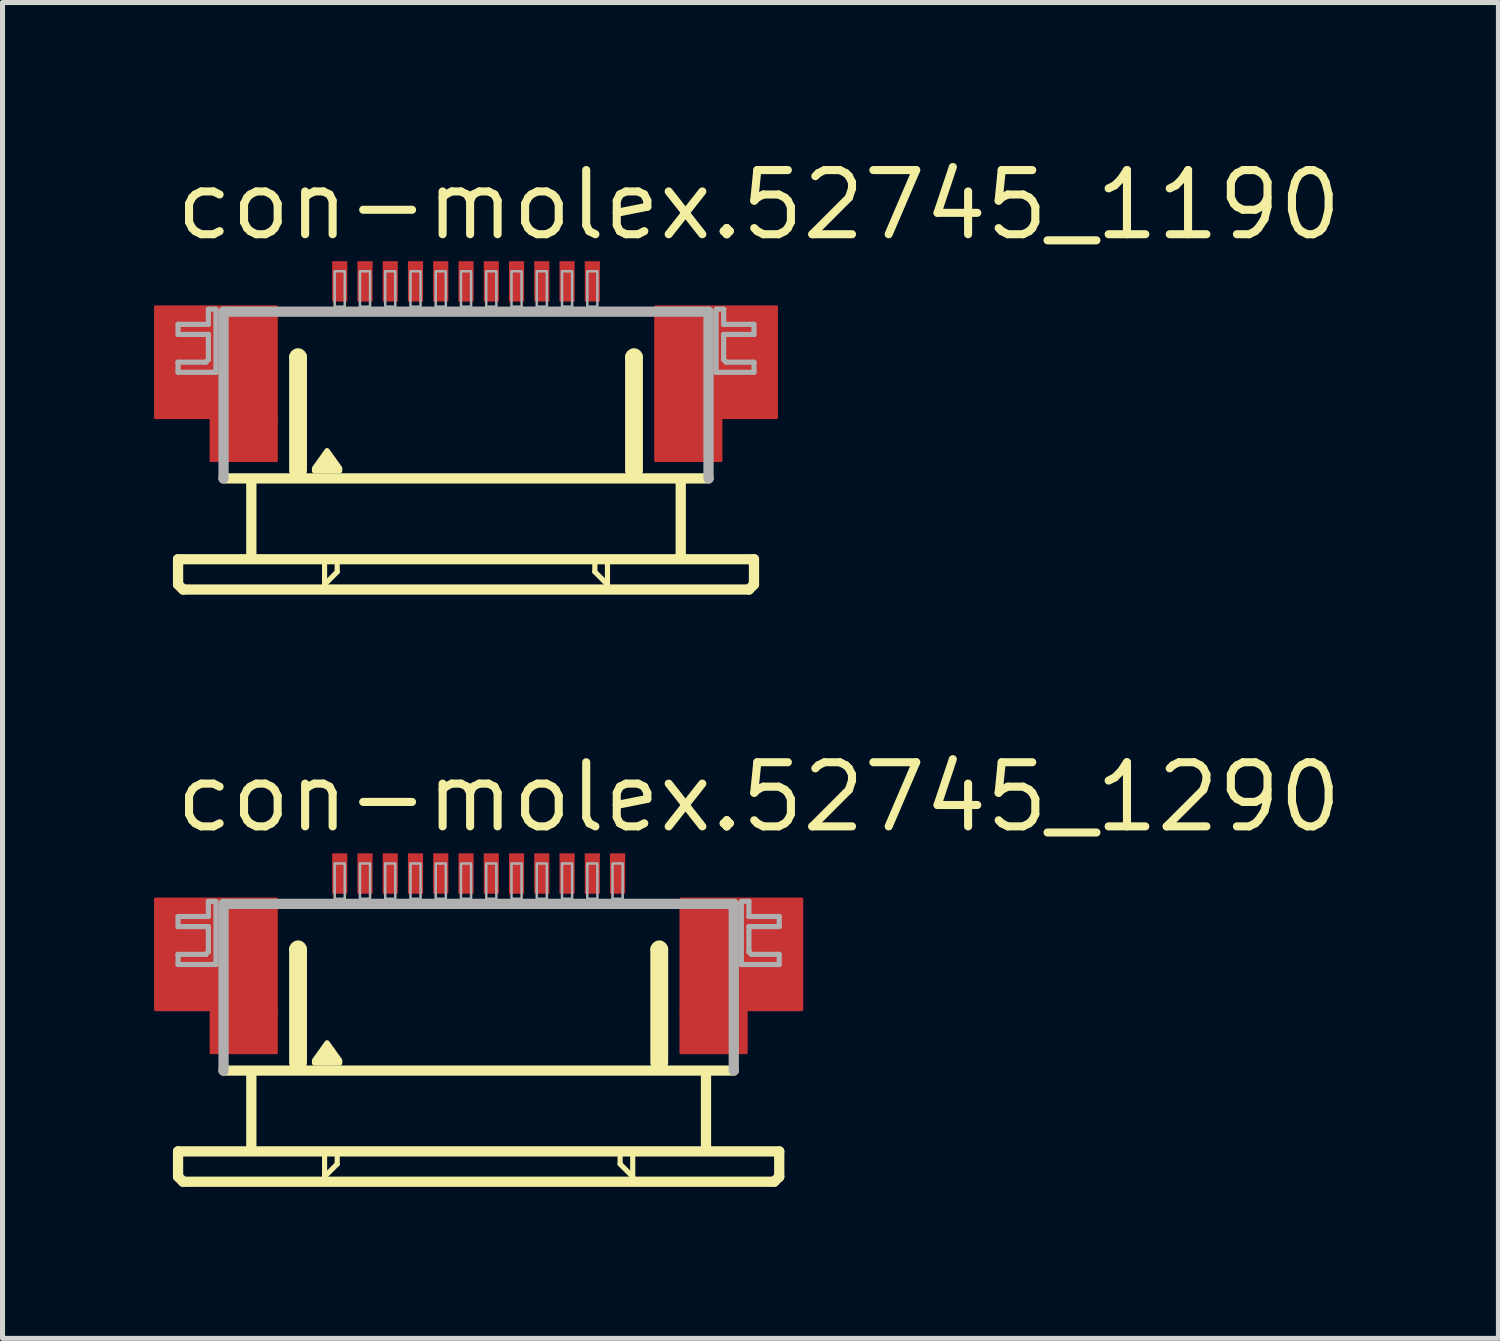
<source format=kicad_pcb>
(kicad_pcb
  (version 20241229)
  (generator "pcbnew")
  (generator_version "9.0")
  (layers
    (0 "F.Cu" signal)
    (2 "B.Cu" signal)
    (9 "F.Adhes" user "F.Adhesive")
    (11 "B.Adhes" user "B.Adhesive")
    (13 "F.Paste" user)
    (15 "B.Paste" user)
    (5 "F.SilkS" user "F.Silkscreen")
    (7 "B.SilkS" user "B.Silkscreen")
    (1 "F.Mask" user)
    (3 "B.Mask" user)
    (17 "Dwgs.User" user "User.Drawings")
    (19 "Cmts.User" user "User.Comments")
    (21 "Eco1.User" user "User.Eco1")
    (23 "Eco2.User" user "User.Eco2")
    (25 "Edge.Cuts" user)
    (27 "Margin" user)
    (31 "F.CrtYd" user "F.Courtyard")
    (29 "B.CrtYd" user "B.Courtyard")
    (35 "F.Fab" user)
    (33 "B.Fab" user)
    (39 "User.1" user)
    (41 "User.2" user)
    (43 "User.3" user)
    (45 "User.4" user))
  (footprint "con-molex.52745_1290"
    (layer "F.Cu")
    (at 6.425 16.742)
    (property "Reference" "con-molex.52745_1290" (at -6.08 -3.27 0) (layer "F.SilkS") (effects (font (size 1.27 1.27) (thickness 0.16)) (justify left bottom)))
    (attr smd)
    (fp_rect (start -6.4 0.2) (end -4 -2) (stroke (width 0.05) (type default)) (fill yes) (layer "F.Cu"))
    (fp_rect (start -5.3 1.05) (end -4 0.2) (stroke (width 0.05) (type default)) (fill yes) (layer "F.Cu"))
    (fp_rect (start 4 0.2) (end 6.4 -2) (stroke (width 0.05) (type default)) (fill yes) (layer "F.Cu"))
    (fp_rect (start 4 1.05) (end 5.3 0.2) (stroke (width 0.05) (type default)) (fill yes) (layer "F.Cu"))
    (fp_rect (start -6.4 0.2) (end -5.25 -2) (stroke (width 0.05) (type default)) (fill yes) (layer "F.Mask"))
    (fp_rect (start -5.3 1.05) (end -4 -2) (stroke (width 0.05) (type default)) (fill yes) (layer "F.Mask"))
    (fp_rect (start 4 1.05) (end 5.3 -2) (stroke (width 0.05) (type default)) (fill yes) (layer "F.Mask"))
    (fp_rect (start 5.25 0.2) (end 6.4 -2) (stroke (width 0.05) (type default)) (fill yes) (layer "F.Mask"))
    (fp_line (start -5.95 3) (end -5.95 3.5) (stroke (width 0.203) (type default)) (layer "F.SilkS"))
    (fp_line (start -5.95 3.5) (end -5.85 3.6) (stroke (width 0.203) (type default)) (layer "F.SilkS"))
    (fp_line (start -5.85 3.6) (end 5.85 3.6) (stroke (width 0.203) (type default)) (layer "F.SilkS"))
    (fp_line (start -4.5 1.5) (end -4.5 2.9) (stroke (width 0.203) (type default)) (layer "F.SilkS"))
    (fp_line (start -3.65 1.25) (end -3.65 -1) (stroke (width 0.203) (type default)) (layer "F.SilkS"))
    (fp_line (start -3.5 -1) (end -3.5 1.25) (stroke (width 0.203) (type default)) (layer "F.SilkS"))
    (fp_line (start -3.05 3.1) (end -3.05 3.5) (stroke (width 0.102) (type default)) (layer "F.SilkS"))
    (fp_line (start -3.05 3.5) (end -2.8 3.25) (stroke (width 0.102) (type default)) (layer "F.SilkS"))
    (fp_line (start -2.8 3.25) (end -2.8 3.1) (stroke (width 0.102) (type default)) (layer "F.SilkS"))
    (fp_line (start 2.8 3.1) (end 2.8 3.25) (stroke (width 0.102) (type default)) (layer "F.SilkS"))
    (fp_line (start 2.8 3.25) (end 3.05 3.5) (stroke (width 0.102) (type default)) (layer "F.SilkS"))
    (fp_line (start 3.05 3.5) (end 3.05 3.1) (stroke (width 0.102) (type default)) (layer "F.SilkS"))
    (fp_line (start 3.5 1.25) (end 3.5 -1) (stroke (width 0.203) (type default)) (layer "F.SilkS"))
    (fp_line (start 3.65 -1) (end 3.65 1.25) (stroke (width 0.203) (type default)) (layer "F.SilkS"))
    (fp_line (start 4.5 1.5) (end 4.5 2.9) (stroke (width 0.203) (type default)) (layer "F.SilkS"))
    (fp_line (start 5.05 1.4) (end -5.05 1.4) (stroke (width 0.203) (type default)) (layer "F.SilkS"))
    (fp_line (start 5.85 3.6) (end 5.95 3.5) (stroke (width 0.203) (type default)) (layer "F.SilkS"))
    (fp_line (start 5.95 3) (end -5.95 3) (stroke (width 0.203) (type default)) (layer "F.SilkS"))
    (fp_line (start 5.95 3.5) (end 5.95 3) (stroke (width 0.203) (type default)) (layer "F.SilkS"))
    (fp_arc (start -3.65 -1) (mid -3.575 -1.075) (end -3.5 -1) (stroke (width 0.2032) (type default)) (layer "F.SilkS"))
    (fp_arc (start 3.5 -1) (mid 3.575 -1.075) (end 3.65 -1) (stroke (width 0.2032) (type default)) (layer "F.SilkS"))
    (fp_poly (pts (xy -3.25 1.25) (xy -3.25 1.2) (xy -3 0.85) (xy -2.75 1.2) (xy -2.75 1.25)) (stroke (width 0.102) (type default)) (fill yes) (layer "F.SilkS"))
    (fp_rect (start -6.2 0.05) (end -4.2 -1.85) (stroke (width 0.05) (type default)) (fill yes) (layer "F.Paste"))
    (fp_rect (start 4.2 0.05) (end 6.2 -1.85) (stroke (width 0.05) (type default)) (fill yes) (layer "F.Paste"))
    (fp_line (start -5.95 -1.65) (end -5.95 -1.45) (stroke (width 0.102) (type default)) (layer "F.Fab"))
    (fp_line (start -5.95 -1.45) (end -5.35 -1.45) (stroke (width 0.102) (type default)) (layer "F.Fab"))
    (fp_line (start -5.95 -0.9) (end -5.95 -0.7) (stroke (width 0.102) (type default)) (layer "F.Fab"))
    (fp_line (start -5.95 -0.7) (end -5.2 -0.7) (stroke (width 0.102) (type default)) (layer "F.Fab"))
    (fp_line (start -5.4 -0.9) (end -5.95 -0.9) (stroke (width 0.102) (type default)) (layer "F.Fab"))
    (fp_line (start -5.35 -1.95) (end -5.35 -1.65) (stroke (width 0.102) (type default)) (layer "F.Fab"))
    (fp_line (start -5.35 -1.65) (end -5.95 -1.65) (stroke (width 0.102) (type default)) (layer "F.Fab"))
    (fp_line (start -5.35 -1.45) (end -5.35 -0.95) (stroke (width 0.102) (type default)) (layer "F.Fab"))
    (fp_line (start -5.35 -0.95) (end -5.4 -0.9) (stroke (width 0.102) (type default)) (layer "F.Fab"))
    (fp_line (start -5.2 -1.95) (end -5.35 -1.95) (stroke (width 0.102) (type default)) (layer "F.Fab"))
    (fp_line (start -5.2 -0.7) (end -5.2 -1.9) (stroke (width 0.102) (type default)) (layer "F.Fab"))
    (fp_line (start -5.05 -1.9) (end 5.05 -1.9) (stroke (width 0.203) (type default)) (layer "F.Fab"))
    (fp_line (start -5.05 1.4) (end -5.05 -1.9) (stroke (width 0.203) (type default)) (layer "F.Fab"))
    (fp_line (start 5.05 -1.9) (end 5.05 1.4) (stroke (width 0.203) (type default)) (layer "F.Fab"))
    (fp_line (start 5.2 -1.95) (end 5.35 -1.95) (stroke (width 0.102) (type default)) (layer "F.Fab"))
    (fp_line (start 5.2 -0.7) (end 5.2 -1.9) (stroke (width 0.102) (type default)) (layer "F.Fab"))
    (fp_line (start 5.35 -1.95) (end 5.35 -1.65) (stroke (width 0.102) (type default)) (layer "F.Fab"))
    (fp_line (start 5.35 -1.65) (end 5.95 -1.65) (stroke (width 0.102) (type default)) (layer "F.Fab"))
    (fp_line (start 5.35 -1.45) (end 5.35 -0.95) (stroke (width 0.102) (type default)) (layer "F.Fab"))
    (fp_line (start 5.35 -0.95) (end 5.4 -0.9) (stroke (width 0.102) (type default)) (layer "F.Fab"))
    (fp_line (start 5.4 -0.9) (end 5.95 -0.9) (stroke (width 0.102) (type default)) (layer "F.Fab"))
    (fp_line (start 5.95 -1.65) (end 5.95 -1.45) (stroke (width 0.102) (type default)) (layer "F.Fab"))
    (fp_line (start 5.95 -1.45) (end 5.35 -1.45) (stroke (width 0.102) (type default)) (layer "F.Fab"))
    (fp_line (start 5.95 -0.9) (end 5.95 -0.7) (stroke (width 0.102) (type default)) (layer "F.Fab"))
    (fp_line (start 5.95 -0.7) (end 5.2 -0.7) (stroke (width 0.102) (type default)) (layer "F.Fab"))
    (fp_rect (start -2.85 -2) (end -2.65 -2.7) (stroke (width 0.05) (type default)) (fill no) (layer "F.Fab"))
    (fp_rect (start -2.35 -2) (end -2.15 -2.7) (stroke (width 0.05) (type default)) (fill no) (layer "F.Fab"))
    (fp_rect (start -1.85 -2) (end -1.65 -2.7) (stroke (width 0.05) (type default)) (fill no) (layer "F.Fab"))
    (fp_rect (start -1.35 -2) (end -1.15 -2.7) (stroke (width 0.05) (type default)) (fill no) (layer "F.Fab"))
    (fp_rect (start -0.85 -2) (end -0.65 -2.7) (stroke (width 0.05) (type default)) (fill no) (layer "F.Fab"))
    (fp_rect (start -0.35 -2) (end -0.15 -2.7) (stroke (width 0.05) (type default)) (fill no) (layer "F.Fab"))
    (fp_rect (start 0.15 -2) (end 0.35 -2.7) (stroke (width 0.05) (type default)) (fill no) (layer "F.Fab"))
    (fp_rect (start 0.65 -2) (end 0.85 -2.7) (stroke (width 0.05) (type default)) (fill no) (layer "F.Fab"))
    (fp_rect (start 1.15 -2) (end 1.35 -2.7) (stroke (width 0.05) (type default)) (fill no) (layer "F.Fab"))
    (fp_rect (start 1.65 -2) (end 1.85 -2.7) (stroke (width 0.05) (type default)) (fill no) (layer "F.Fab"))
    (fp_rect (start 2.15 -2) (end 2.35 -2.7) (stroke (width 0.05) (type default)) (fill no) (layer "F.Fab"))
    (fp_rect (start 2.65 -2) (end 2.85 -2.7) (stroke (width 0.05) (type default)) (fill no) (layer "F.Fab"))
    (pad "1" smd roundrect (at -2.75 -2.5) (size 0.3 0.8) (layers "F.Cu" "F.Mask" "F.Paste") (roundrect_rratio 0.01))
    (pad "2" smd roundrect (at -2.25 -2.5) (size 0.3 0.8) (layers "F.Cu" "F.Mask" "F.Paste") (roundrect_rratio 0.01))
    (pad "3" smd roundrect (at -1.75 -2.5) (size 0.3 0.8) (layers "F.Cu" "F.Mask" "F.Paste") (roundrect_rratio 0.01))
    (pad "4" smd roundrect (at -1.25 -2.5) (size 0.3 0.8) (layers "F.Cu" "F.Mask" "F.Paste") (roundrect_rratio 0.01))
    (pad "5" smd roundrect (at -0.75 -2.5) (size 0.3 0.8) (layers "F.Cu" "F.Mask" "F.Paste") (roundrect_rratio 0.01))
    (pad "6" smd roundrect (at -0.25 -2.5) (size 0.3 0.8) (layers "F.Cu" "F.Mask" "F.Paste") (roundrect_rratio 0.01))
    (pad "7" smd roundrect (at 0.25 -2.5) (size 0.3 0.8) (layers "F.Cu" "F.Mask" "F.Paste") (roundrect_rratio 0.01))
    (pad "8" smd roundrect (at 0.75 -2.5) (size 0.3 0.8) (layers "F.Cu" "F.Mask" "F.Paste") (roundrect_rratio 0.01))
    (pad "9" smd roundrect (at 1.25 -2.5) (size 0.3 0.8) (layers "F.Cu" "F.Mask" "F.Paste") (roundrect_rratio 0.01))
    (pad "10" smd roundrect (at 1.75 -2.5) (size 0.3 0.8) (layers "F.Cu" "F.Mask" "F.Paste") (roundrect_rratio 0.01))
    (pad "11" smd roundrect (at 2.25 -2.5) (size 0.3 0.8) (layers "F.Cu" "F.Mask" "F.Paste") (roundrect_rratio 0.01))
    (pad "12" smd roundrect (at 2.75 -2.5) (size 0.3 0.8) (layers "F.Cu" "F.Mask" "F.Paste") (roundrect_rratio 0.01)))
  (footprint "con-molex.52745_1190"
    (layer "F.Cu")
    (at 6.175 5.02)
    (property "Reference" "con-molex.52745_1190" (at -5.83 -3.27 0) (layer "F.SilkS") (effects (font (size 1.27 1.27) (thickness 0.16)) (justify left bottom)))
    (attr smd)
    (fp_rect (start -6.15 0.2) (end -3.75 -2) (stroke (width 0.05) (type default)) (fill yes) (layer "F.Cu"))
    (fp_rect (start -5.05 1.05) (end -3.75 0.2) (stroke (width 0.05) (type default)) (fill yes) (layer "F.Cu"))
    (fp_rect (start 3.75 0.2) (end 6.15 -2) (stroke (width 0.05) (type default)) (fill yes) (layer "F.Cu"))
    (fp_rect (start 3.75 1.05) (end 5.05 0.2) (stroke (width 0.05) (type default)) (fill yes) (layer "F.Cu"))
    (fp_rect (start -6.15 0.2) (end -5 -2) (stroke (width 0.05) (type default)) (fill yes) (layer "F.Mask"))
    (fp_rect (start -5.05 1.05) (end -3.75 -2) (stroke (width 0.05) (type default)) (fill yes) (layer "F.Mask"))
    (fp_rect (start 3.75 1.05) (end 5.05 -2) (stroke (width 0.05) (type default)) (fill yes) (layer "F.Mask"))
    (fp_rect (start 5 0.2) (end 6.15 -2) (stroke (width 0.05) (type default)) (fill yes) (layer "F.Mask"))
    (fp_line (start -5.7 3) (end -5.7 3.5) (stroke (width 0.203) (type default)) (layer "F.SilkS"))
    (fp_line (start -5.7 3.5) (end -5.6 3.6) (stroke (width 0.203) (type default)) (layer "F.SilkS"))
    (fp_line (start -5.6 3.6) (end 5.6 3.6) (stroke (width 0.203) (type default)) (layer "F.SilkS"))
    (fp_line (start -4.25 1.5) (end -4.25 2.9) (stroke (width 0.203) (type default)) (layer "F.SilkS"))
    (fp_line (start -3.4 1.25) (end -3.4 -1) (stroke (width 0.203) (type default)) (layer "F.SilkS"))
    (fp_line (start -3.25 -1) (end -3.25 1.25) (stroke (width 0.203) (type default)) (layer "F.SilkS"))
    (fp_line (start -2.8 3.1) (end -2.8 3.5) (stroke (width 0.102) (type default)) (layer "F.SilkS"))
    (fp_line (start -2.8 3.5) (end -2.55 3.25) (stroke (width 0.102) (type default)) (layer "F.SilkS"))
    (fp_line (start -2.55 3.25) (end -2.55 3.1) (stroke (width 0.102) (type default)) (layer "F.SilkS"))
    (fp_line (start 2.55 3.1) (end 2.55 3.25) (stroke (width 0.102) (type default)) (layer "F.SilkS"))
    (fp_line (start 2.55 3.25) (end 2.8 3.5) (stroke (width 0.102) (type default)) (layer "F.SilkS"))
    (fp_line (start 2.8 3.5) (end 2.8 3.1) (stroke (width 0.102) (type default)) (layer "F.SilkS"))
    (fp_line (start 3.25 1.25) (end 3.25 -1) (stroke (width 0.203) (type default)) (layer "F.SilkS"))
    (fp_line (start 3.4 -1) (end 3.4 1.25) (stroke (width 0.203) (type default)) (layer "F.SilkS"))
    (fp_line (start 4.25 1.5) (end 4.25 2.9) (stroke (width 0.203) (type default)) (layer "F.SilkS"))
    (fp_line (start 4.8 1.4) (end -4.8 1.4) (stroke (width 0.203) (type default)) (layer "F.SilkS"))
    (fp_line (start 5.6 3.6) (end 5.7 3.5) (stroke (width 0.203) (type default)) (layer "F.SilkS"))
    (fp_line (start 5.7 3) (end -5.7 3) (stroke (width 0.203) (type default)) (layer "F.SilkS"))
    (fp_line (start 5.7 3.5) (end 5.7 3) (stroke (width 0.203) (type default)) (layer "F.SilkS"))
    (fp_arc (start -3.4 -1) (mid -3.325 -1.075) (end -3.25 -1) (stroke (width 0.2032) (type default)) (layer "F.SilkS"))
    (fp_arc (start 3.25 -1) (mid 3.325 -1.075) (end 3.4 -1) (stroke (width 0.2032) (type default)) (layer "F.SilkS"))
    (fp_poly (pts (xy -3 1.25) (xy -3 1.2) (xy -2.75 0.85) (xy -2.5 1.2) (xy -2.5 1.25)) (stroke (width 0.102) (type default)) (fill yes) (layer "F.SilkS"))
    (fp_rect (start -5.95 0.05) (end -3.95 -1.85) (stroke (width 0.05) (type default)) (fill yes) (layer "F.Paste"))
    (fp_rect (start 3.95 0.05) (end 5.95 -1.85) (stroke (width 0.05) (type default)) (fill yes) (layer "F.Paste"))
    (fp_line (start -5.7 -1.65) (end -5.7 -1.45) (stroke (width 0.102) (type default)) (layer "F.Fab"))
    (fp_line (start -5.7 -1.45) (end -5.1 -1.45) (stroke (width 0.102) (type default)) (layer "F.Fab"))
    (fp_line (start -5.7 -0.9) (end -5.7 -0.7) (stroke (width 0.102) (type default)) (layer "F.Fab"))
    (fp_line (start -5.7 -0.7) (end -4.95 -0.7) (stroke (width 0.102) (type default)) (layer "F.Fab"))
    (fp_line (start -5.15 -0.9) (end -5.7 -0.9) (stroke (width 0.102) (type default)) (layer "F.Fab"))
    (fp_line (start -5.1 -1.95) (end -5.1 -1.65) (stroke (width 0.102) (type default)) (layer "F.Fab"))
    (fp_line (start -5.1 -1.65) (end -5.7 -1.65) (stroke (width 0.102) (type default)) (layer "F.Fab"))
    (fp_line (start -5.1 -1.45) (end -5.1 -0.95) (stroke (width 0.102) (type default)) (layer "F.Fab"))
    (fp_line (start -5.1 -0.95) (end -5.15 -0.9) (stroke (width 0.102) (type default)) (layer "F.Fab"))
    (fp_line (start -4.95 -1.95) (end -5.1 -1.95) (stroke (width 0.102) (type default)) (layer "F.Fab"))
    (fp_line (start -4.95 -0.7) (end -4.95 -1.9) (stroke (width 0.102) (type default)) (layer "F.Fab"))
    (fp_line (start -4.8 -1.9) (end 4.8 -1.9) (stroke (width 0.203) (type default)) (layer "F.Fab"))
    (fp_line (start -4.8 1.4) (end -4.8 -1.9) (stroke (width 0.203) (type default)) (layer "F.Fab"))
    (fp_line (start 4.8 -1.9) (end 4.8 1.4) (stroke (width 0.203) (type default)) (layer "F.Fab"))
    (fp_line (start 4.95 -1.95) (end 5.1 -1.95) (stroke (width 0.102) (type default)) (layer "F.Fab"))
    (fp_line (start 4.95 -0.7) (end 4.95 -1.9) (stroke (width 0.102) (type default)) (layer "F.Fab"))
    (fp_line (start 5.1 -1.95) (end 5.1 -1.65) (stroke (width 0.102) (type default)) (layer "F.Fab"))
    (fp_line (start 5.1 -1.65) (end 5.7 -1.65) (stroke (width 0.102) (type default)) (layer "F.Fab"))
    (fp_line (start 5.1 -1.45) (end 5.1 -0.95) (stroke (width 0.102) (type default)) (layer "F.Fab"))
    (fp_line (start 5.1 -0.95) (end 5.15 -0.9) (stroke (width 0.102) (type default)) (layer "F.Fab"))
    (fp_line (start 5.15 -0.9) (end 5.7 -0.9) (stroke (width 0.102) (type default)) (layer "F.Fab"))
    (fp_line (start 5.7 -1.65) (end 5.7 -1.45) (stroke (width 0.102) (type default)) (layer "F.Fab"))
    (fp_line (start 5.7 -1.45) (end 5.1 -1.45) (stroke (width 0.102) (type default)) (layer "F.Fab"))
    (fp_line (start 5.7 -0.9) (end 5.7 -0.7) (stroke (width 0.102) (type default)) (layer "F.Fab"))
    (fp_line (start 5.7 -0.7) (end 4.95 -0.7) (stroke (width 0.102) (type default)) (layer "F.Fab"))
    (fp_rect (start -2.6 -2) (end -2.4 -2.7) (stroke (width 0.05) (type default)) (fill no) (layer "F.Fab"))
    (fp_rect (start -2.1 -2) (end -1.9 -2.7) (stroke (width 0.05) (type default)) (fill no) (layer "F.Fab"))
    (fp_rect (start -1.6 -2) (end -1.4 -2.7) (stroke (width 0.05) (type default)) (fill no) (layer "F.Fab"))
    (fp_rect (start -1.1 -2) (end -0.9 -2.7) (stroke (width 0.05) (type default)) (fill no) (layer "F.Fab"))
    (fp_rect (start -0.6 -2) (end -0.4 -2.7) (stroke (width 0.05) (type default)) (fill no) (layer "F.Fab"))
    (fp_rect (start -0.1 -2) (end 0.1 -2.7) (stroke (width 0.05) (type default)) (fill no) (layer "F.Fab"))
    (fp_rect (start 0.4 -2) (end 0.6 -2.7) (stroke (width 0.05) (type default)) (fill no) (layer "F.Fab"))
    (fp_rect (start 0.9 -2) (end 1.1 -2.7) (stroke (width 0.05) (type default)) (fill no) (layer "F.Fab"))
    (fp_rect (start 1.4 -2) (end 1.6 -2.7) (stroke (width 0.05) (type default)) (fill no) (layer "F.Fab"))
    (fp_rect (start 1.9 -2) (end 2.1 -2.7) (stroke (width 0.05) (type default)) (fill no) (layer "F.Fab"))
    (fp_rect (start 2.4 -2) (end 2.6 -2.7) (stroke (width 0.05) (type default)) (fill no) (layer "F.Fab"))
    (pad "1" smd roundrect (at -2.5 -2.5) (size 0.3 0.8) (layers "F.Cu" "F.Mask" "F.Paste") (roundrect_rratio 0.01))
    (pad "2" smd roundrect (at -2 -2.5) (size 0.3 0.8) (layers "F.Cu" "F.Mask" "F.Paste") (roundrect_rratio 0.01))
    (pad "3" smd roundrect (at -1.5 -2.5) (size 0.3 0.8) (layers "F.Cu" "F.Mask" "F.Paste") (roundrect_rratio 0.01))
    (pad "4" smd roundrect (at -1 -2.5) (size 0.3 0.8) (layers "F.Cu" "F.Mask" "F.Paste") (roundrect_rratio 0.01))
    (pad "5" smd roundrect (at -0.5 -2.5) (size 0.3 0.8) (layers "F.Cu" "F.Mask" "F.Paste") (roundrect_rratio 0.01))
    (pad "6" smd roundrect (at 0 -2.5) (size 0.3 0.8) (layers "F.Cu" "F.Mask" "F.Paste") (roundrect_rratio 0.01))
    (pad "7" smd roundrect (at 0.5 -2.5) (size 0.3 0.8) (layers "F.Cu" "F.Mask" "F.Paste") (roundrect_rratio 0.01))
    (pad "8" smd roundrect (at 1 -2.5) (size 0.3 0.8) (layers "F.Cu" "F.Mask" "F.Paste") (roundrect_rratio 0.01))
    (pad "9" smd roundrect (at 1.5 -2.5) (size 0.3 0.8) (layers "F.Cu" "F.Mask" "F.Paste") (roundrect_rratio 0.01))
    (pad "10" smd roundrect (at 2 -2.5) (size 0.3 0.8) (layers "F.Cu" "F.Mask" "F.Paste") (roundrect_rratio 0.01))
    (pad "11" smd roundrect (at 2.5 -2.5) (size 0.3 0.8) (layers "F.Cu" "F.Mask" "F.Paste") (roundrect_rratio 0.01)))
  (gr_rect
    (start -3 -3)
    (end 26.612 23.443)
    (stroke (width 0.1) (type default))
    (fill no)
    (layer "Edge.Cuts")))
</source>
